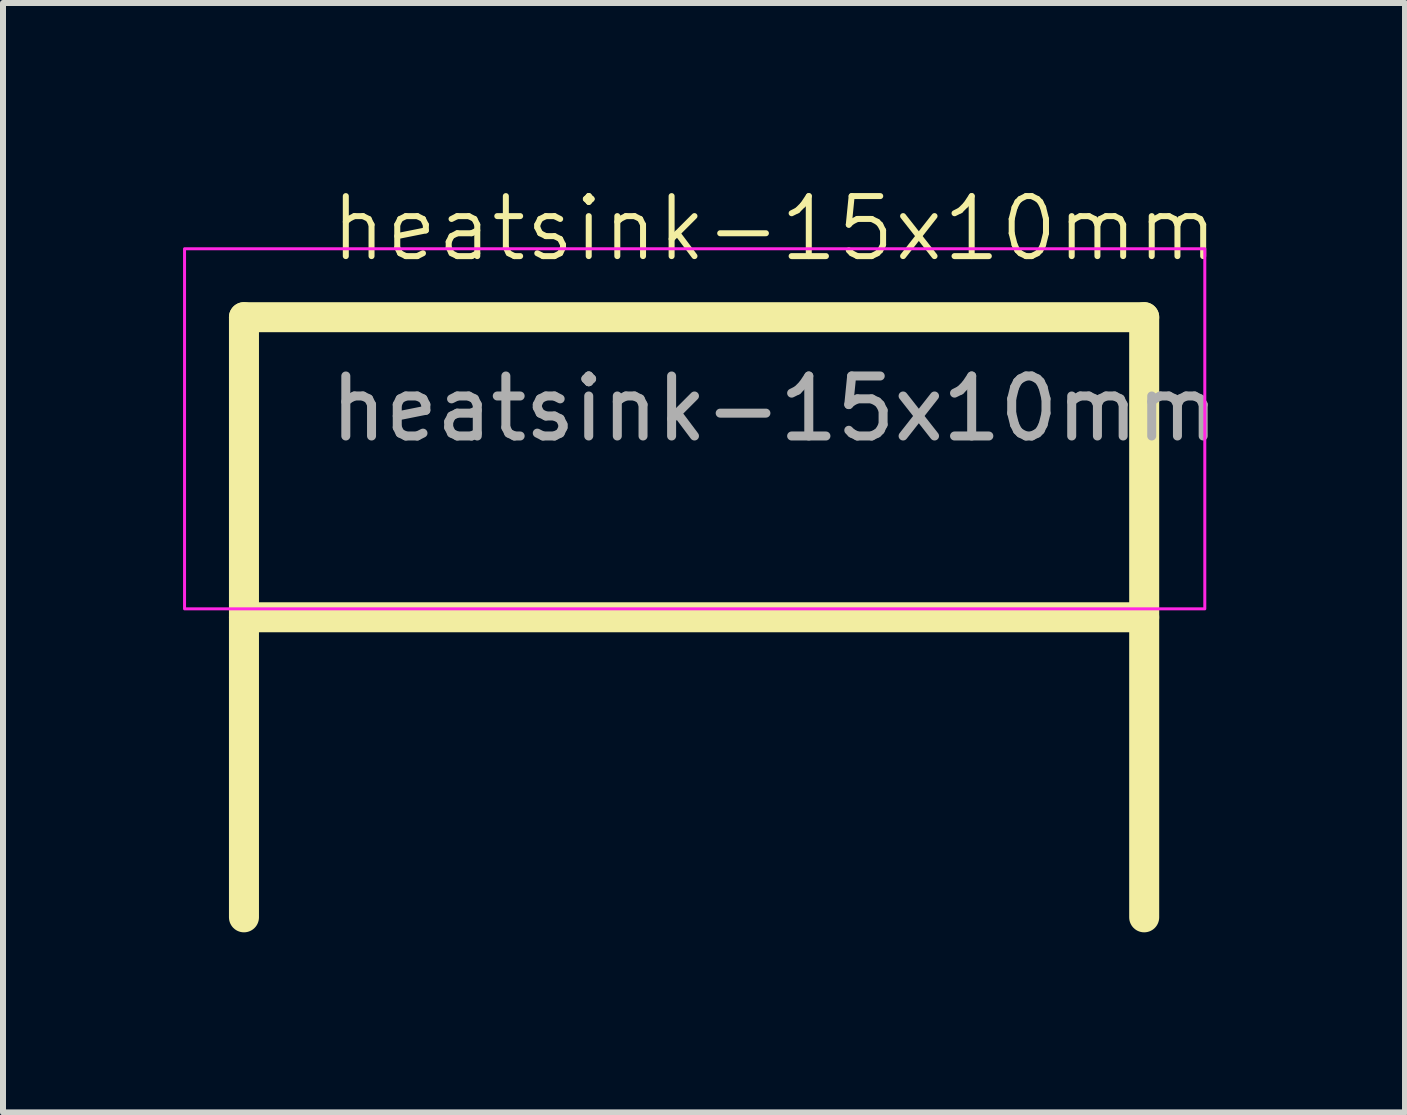
<source format=kicad_pcb>
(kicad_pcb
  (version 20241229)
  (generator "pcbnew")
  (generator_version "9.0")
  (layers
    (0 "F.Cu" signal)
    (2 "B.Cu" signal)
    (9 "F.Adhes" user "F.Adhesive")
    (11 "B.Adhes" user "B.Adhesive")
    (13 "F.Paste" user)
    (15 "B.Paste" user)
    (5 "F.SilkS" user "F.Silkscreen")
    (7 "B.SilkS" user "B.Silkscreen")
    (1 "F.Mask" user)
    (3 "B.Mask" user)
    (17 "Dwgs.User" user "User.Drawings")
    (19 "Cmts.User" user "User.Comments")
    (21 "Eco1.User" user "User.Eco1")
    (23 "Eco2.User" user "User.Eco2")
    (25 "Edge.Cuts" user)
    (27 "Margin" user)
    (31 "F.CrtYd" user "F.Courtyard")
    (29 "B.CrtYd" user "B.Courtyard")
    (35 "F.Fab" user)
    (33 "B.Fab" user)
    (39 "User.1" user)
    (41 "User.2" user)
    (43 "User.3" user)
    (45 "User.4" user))
  (footprint "heatsink-15x10mm"
    (layer "F.Cu")
    (at 8.515 1.325)
    (property "Reference" "heatsink-15x10mm" (at 1.34 -0.565 0) (unlocked yes) (layer "F.SilkS") (effects (font (size 1 1) (thickness 0.1))))
    (fp_line (start -7.5 0.91) (end 7.5 0.91) (stroke (width 0.5) (type default)) (layer "F.SilkS"))
    (fp_line (start -7.5 5.91) (end 7.5 5.91) (stroke (width 0.5) (type default)) (layer "F.SilkS"))
    (fp_line (start -7.5 10.91) (end -7.5 0.91) (stroke (width 0.5) (type default)) (layer "F.SilkS"))
    (fp_line (start 7.5 0.91) (end 7.5 10.91) (stroke (width 0.5) (type default)) (layer "F.SilkS"))
    (fp_poly (pts (xy -8.49 -0.23) (xy 8.51 -0.23) (xy 8.51 5.77) (xy -8.49 5.77)) (stroke (width 0.05) (type default)) (fill no) (layer "F.CrtYd"))
    (fp_text user "${REFERENCE}" (at 1.34 2.435 0) (unlocked yes) (layer "F.Fab") (effects (font (size 1 1) (thickness 0.15)))))
  (gr_rect
    (start -3 -3)
    (end 20.361 15.485)
    (stroke (width 0.1) (type default))
    (fill no)
    (layer "Edge.Cuts")))
</source>
